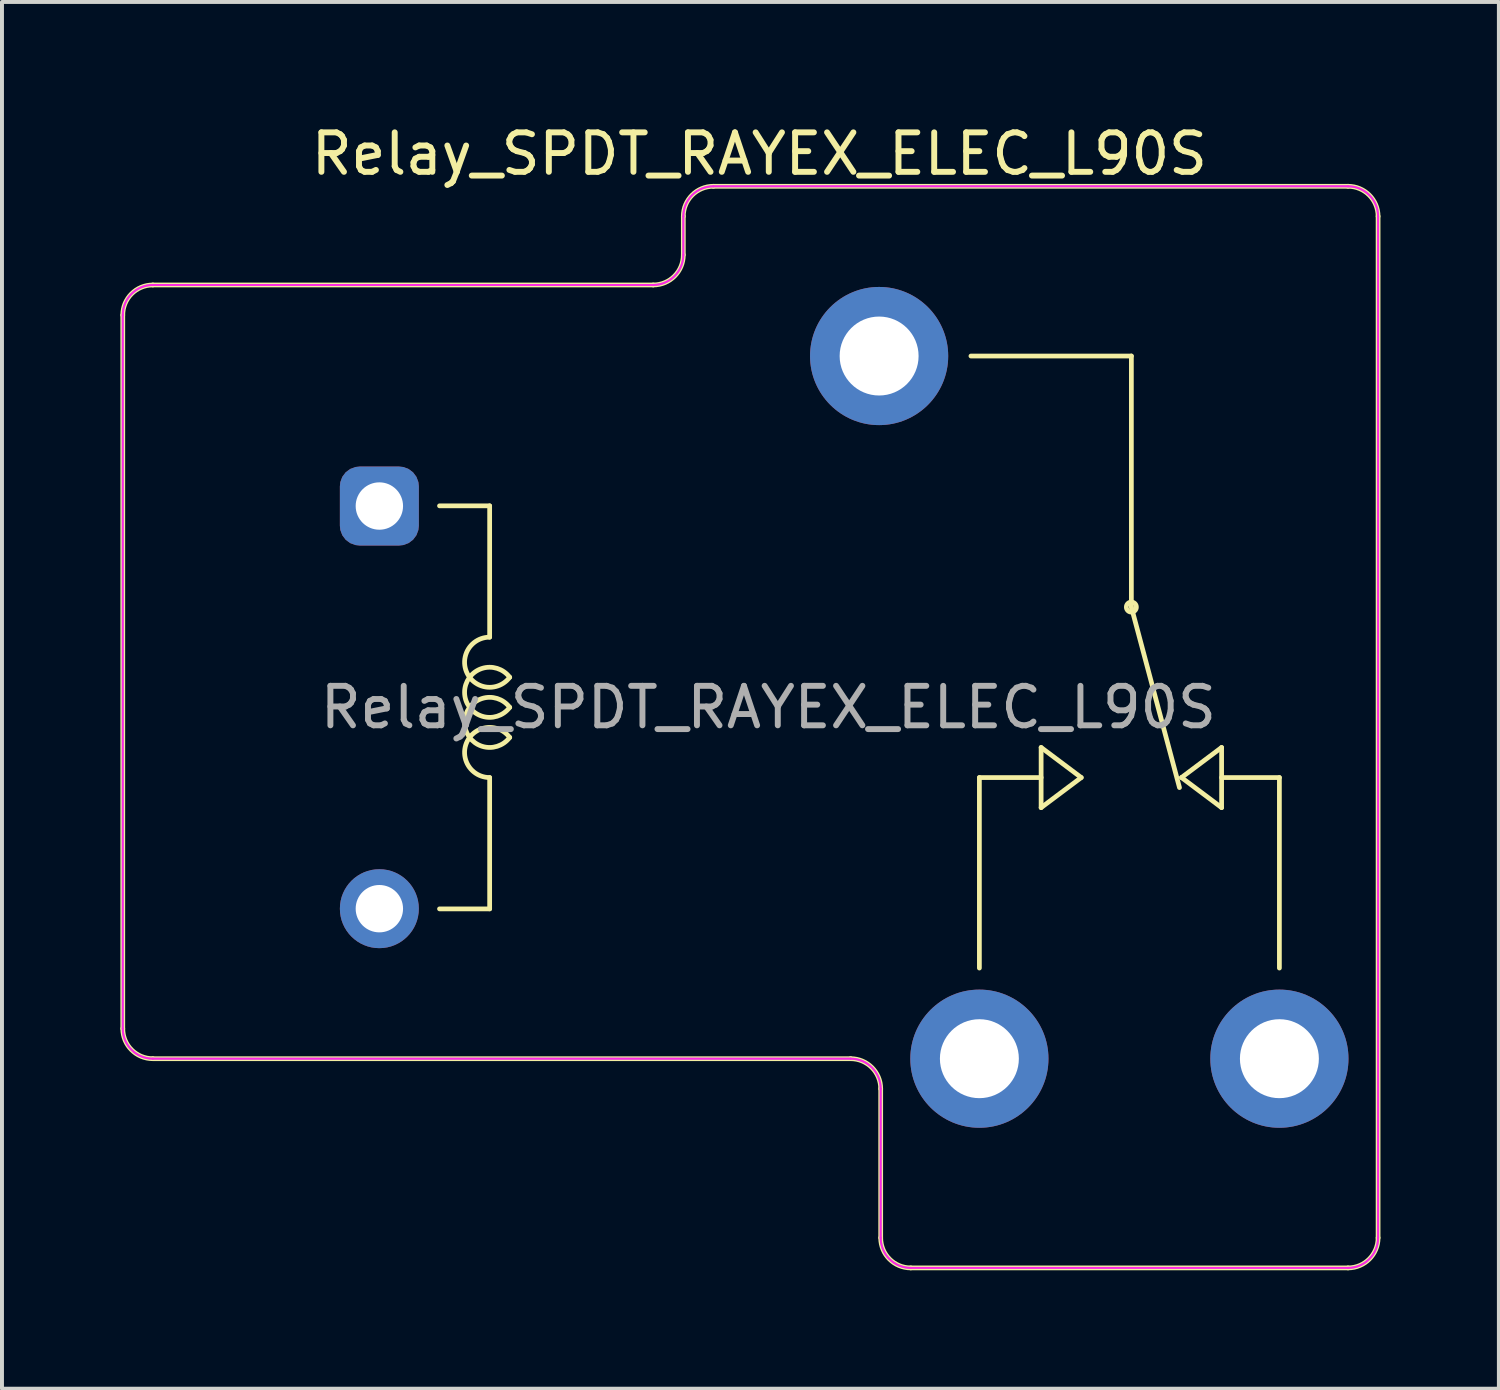
<source format=kicad_pcb>
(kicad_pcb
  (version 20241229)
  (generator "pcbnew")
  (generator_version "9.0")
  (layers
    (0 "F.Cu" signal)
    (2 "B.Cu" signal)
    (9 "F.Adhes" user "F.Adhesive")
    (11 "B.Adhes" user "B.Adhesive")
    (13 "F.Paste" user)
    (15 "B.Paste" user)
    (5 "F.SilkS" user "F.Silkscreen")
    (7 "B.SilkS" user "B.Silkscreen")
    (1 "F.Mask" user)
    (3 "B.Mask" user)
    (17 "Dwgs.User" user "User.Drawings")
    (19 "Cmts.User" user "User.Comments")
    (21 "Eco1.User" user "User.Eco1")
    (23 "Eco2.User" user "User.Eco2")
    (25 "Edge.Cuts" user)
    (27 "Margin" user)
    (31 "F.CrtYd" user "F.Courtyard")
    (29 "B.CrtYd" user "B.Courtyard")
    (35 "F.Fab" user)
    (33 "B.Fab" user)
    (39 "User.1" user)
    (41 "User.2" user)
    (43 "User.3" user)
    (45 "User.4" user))
  (footprint "Relay_SPDT_RAYEX_ELEC_L90S"
    (layer "F.Cu")
    (at 4.02 14.869)
    (property "Reference" "Relay_SPDT_RAYEX_ELEC_L90S" (at 12.167 -14.021 0) (layer "F.SilkS") (effects (font (size 1 1) (thickness 0.15))))
    (attr through_hole)
    (fp_line (start -3.96 -9.938) (end -3.96 8.138) (stroke (width 0.12) (type solid)) (layer "F.SilkS"))
    (fp_line (start -3.198 -10.7) (end 9.478 -10.7) (stroke (width 0.12) (type solid)) (layer "F.SilkS"))
    (fp_line (start -3.198 8.9) (end 14.478 8.9) (stroke (width 0.12) (type solid)) (layer "F.SilkS"))
    (fp_line (start 4.064 -5.105) (end 5.334 -5.105) (stroke (width 0.12) (type solid)) (layer "F.SilkS"))
    (fp_line (start 5.334 -1.778) (end 5.334 -5.105) (stroke (width 0.12) (type solid)) (layer "F.SilkS"))
    (fp_line (start 5.334 5.105) (end 4.064 5.105) (stroke (width 0.12) (type solid)) (layer "F.SilkS"))
    (fp_line (start 5.334 5.105) (end 5.334 1.778) (stroke (width 0.12) (type solid)) (layer "F.SilkS"))
    (fp_line (start 10.24 -12.438) (end 10.24 -11.462) (stroke (width 0.12) (type solid)) (layer "F.SilkS"))
    (fp_line (start 11.002 -13.2) (end 27.078 -13.2) (stroke (width 0.12) (type solid)) (layer "F.SilkS"))
    (fp_line (start 15.24 9.662) (end 15.24 13.438) (stroke (width 0.12) (type solid)) (layer "F.SilkS"))
    (fp_line (start 16.002 14.2) (end 27.078 14.2) (stroke (width 0.12) (type solid)) (layer "F.SilkS"))
    (fp_line (start 17.74 1.778) (end 19.304 1.778) (stroke (width 0.12) (type solid)) (layer "F.SilkS"))
    (fp_line (start 17.74 6.604) (end 17.74 1.778) (stroke (width 0.12) (type solid)) (layer "F.SilkS"))
    (fp_line (start 19.304 1.016) (end 19.304 2.54) (stroke (width 0.12) (type solid)) (layer "F.SilkS"))
    (fp_line (start 19.304 2.54) (end 20.32 1.778) (stroke (width 0.12) (type solid)) (layer "F.SilkS"))
    (fp_line (start 20.32 1.778) (end 19.304 1.016) (stroke (width 0.12) (type solid)) (layer "F.SilkS"))
    (fp_line (start 21.59 -8.9) (end 17.526 -8.9) (stroke (width 0.12) (type solid)) (layer "F.SilkS"))
    (fp_line (start 21.59 -2.54) (end 21.59 -8.9) (stroke (width 0.12) (type solid)) (layer "F.SilkS"))
    (fp_line (start 21.59 -2.54) (end 22.809 2.032) (stroke (width 0.12) (type solid)) (layer "F.SilkS"))
    (fp_line (start 22.86 1.778) (end 23.876 1.016) (stroke (width 0.12) (type solid)) (layer "F.SilkS"))
    (fp_line (start 23.876 1.778) (end 25.34 1.778) (stroke (width 0.12) (type solid)) (layer "F.SilkS"))
    (fp_line (start 23.876 2.54) (end 22.86 1.778) (stroke (width 0.12) (type solid)) (layer "F.SilkS"))
    (fp_line (start 23.876 2.54) (end 23.876 1.016) (stroke (width 0.12) (type solid)) (layer "F.SilkS"))
    (fp_line (start 25.34 1.778) (end 25.34 6.604) (stroke (width 0.12) (type solid)) (layer "F.SilkS"))
    (fp_line (start 27.84 -12.438) (end 27.84 13.438) (stroke (width 0.12) (type solid)) (layer "F.SilkS"))
    (fp_arc (start -3.96 -9.938) (mid -3.736815 -10.476815) (end -3.198 -10.7) (stroke (width 0.12) (type solid)) (layer "F.SilkS"))
    (fp_arc (start -3.198 8.9) (mid -3.736815 8.676815) (end -3.96 8.138) (stroke (width 0.12) (type solid)) (layer "F.SilkS"))
    (fp_arc (start 5.334002 1.777997) (mid 4.765966 0.859166) (end 5.841802 0.76173) (stroke (width 0.12) (type solid)) (layer "F.SilkS"))
    (fp_arc (start 5.8418 -0.761733) (mid 4.765964 -0.859168) (end 5.334 -1.778) (stroke (width 0.12) (type solid)) (layer "F.SilkS"))
    (fp_arc (start 5.842265 -0.000355) (mid 4.699002 -0.38078) (end 5.842 -0.762001) (stroke (width 0.12) (type solid)) (layer "F.SilkS"))
    (fp_arc (start 5.842266 0.761644) (mid 4.699003 0.381219) (end 5.842001 -0.000002) (stroke (width 0.12) (type solid)) (layer "F.SilkS"))
    (fp_arc (start 10.24 -12.438) (mid 10.463185 -12.976815) (end 11.002 -13.2) (stroke (width 0.12) (type solid)) (layer "F.SilkS"))
    (fp_arc (start 10.24 -11.462) (mid 10.016815 -10.923185) (end 9.478 -10.7) (stroke (width 0.12) (type solid)) (layer "F.SilkS"))
    (fp_arc (start 14.478 8.9) (mid 15.016815 9.123185) (end 15.24 9.662) (stroke (width 0.12) (type solid)) (layer "F.SilkS"))
    (fp_arc (start 16.002 14.2) (mid 15.463185 13.976815) (end 15.24 13.438) (stroke (width 0.12) (type solid)) (layer "F.SilkS"))
    (fp_arc (start 27.078 -13.2) (mid 27.616815 -12.976815) (end 27.84 -12.438) (stroke (width 0.12) (type solid)) (layer "F.SilkS"))
    (fp_arc (start 27.84 13.438) (mid 27.616815 13.976815) (end 27.078 14.2) (stroke (width 0.12) (type solid)) (layer "F.SilkS"))
    (fp_circle (center 21.59 -2.54) (end 21.59 -2.413) (stroke (width 0.12) (type solid)) (fill no) (layer "F.SilkS"))
    (fp_line (start -3.96 -9.938) (end -3.96 8.138) (stroke (width 0.05) (type solid)) (layer "F.CrtYd"))
    (fp_line (start -3.198 -10.7) (end 9.478 -10.7) (stroke (width 0.05) (type solid)) (layer "F.CrtYd"))
    (fp_line (start -3.198 8.9) (end 14.478 8.9) (stroke (width 0.05) (type solid)) (layer "F.CrtYd"))
    (fp_line (start 10.24 -12.438) (end 10.24 -11.462) (stroke (width 0.05) (type solid)) (layer "F.CrtYd"))
    (fp_line (start 11.002 -13.2) (end 27.078 -13.2) (stroke (width 0.05) (type solid)) (layer "F.CrtYd"))
    (fp_line (start 15.24 9.662) (end 15.24 13.438) (stroke (width 0.05) (type solid)) (layer "F.CrtYd"))
    (fp_line (start 16.002 14.2) (end 27.078 14.2) (stroke (width 0.05) (type solid)) (layer "F.CrtYd"))
    (fp_line (start 27.84 -12.438) (end 27.84 13.438) (stroke (width 0.05) (type solid)) (layer "F.CrtYd"))
    (fp_arc (start -3.96 -9.938) (mid -3.736815 -10.476815) (end -3.198 -10.7) (stroke (width 0.05) (type solid)) (layer "F.CrtYd"))
    (fp_arc (start -3.198 8.9) (mid -3.736815 8.676815) (end -3.96 8.138) (stroke (width 0.05) (type solid)) (layer "F.CrtYd"))
    (fp_arc (start 10.24 -12.438) (mid 10.463185 -12.976815) (end 11.002 -13.2) (stroke (width 0.05) (type solid)) (layer "F.CrtYd"))
    (fp_arc (start 10.24 -11.462) (mid 10.016815 -10.923185) (end 9.478 -10.7) (stroke (width 0.05) (type solid)) (layer "F.CrtYd"))
    (fp_arc (start 14.478 8.9) (mid 15.016815 9.123185) (end 15.24 9.662) (stroke (width 0.05) (type solid)) (layer "F.CrtYd"))
    (fp_arc (start 16.002 14.2) (mid 15.463185 13.976815) (end 15.24 13.438) (stroke (width 0.05) (type solid)) (layer "F.CrtYd"))
    (fp_arc (start 27.078 -13.2) (mid 27.616815 -12.976815) (end 27.84 -12.438) (stroke (width 0.05) (type solid)) (layer "F.CrtYd"))
    (fp_arc (start 27.84 13.438) (mid 27.616815 13.976815) (end 27.078 14.2) (stroke (width 0.05) (type solid)) (layer "F.CrtYd"))
    (fp_line (start -3.96 -9.938) (end -3.96 8.138) (stroke (width 0.05) (type solid)) (layer "F.Fab"))
    (fp_line (start -3.198 -10.7) (end 9.478 -10.7) (stroke (width 0.05) (type solid)) (layer "F.Fab"))
    (fp_line (start -3.198 8.9) (end 14.478 8.9) (stroke (width 0.05) (type solid)) (layer "F.Fab"))
    (fp_line (start 10.24 -12.438) (end 10.24 -11.462) (stroke (width 0.05) (type solid)) (layer "F.Fab"))
    (fp_line (start 11.002 -13.2) (end 27.078 -13.2) (stroke (width 0.05) (type solid)) (layer "F.Fab"))
    (fp_line (start 15.24 9.662) (end 15.24 13.438) (stroke (width 0.05) (type solid)) (layer "F.Fab"))
    (fp_line (start 16.002 14.2) (end 27.078 14.2) (stroke (width 0.05) (type solid)) (layer "F.Fab"))
    (fp_line (start 27.84 -12.438) (end 27.84 13.438) (stroke (width 0.05) (type solid)) (layer "F.Fab"))
    (fp_arc (start -3.96 -9.938) (mid -3.736815 -10.476815) (end -3.198 -10.7) (stroke (width 0.05) (type solid)) (layer "F.Fab"))
    (fp_arc (start -3.198 8.9) (mid -3.736815 8.676815) (end -3.96 8.138) (stroke (width 0.05) (type solid)) (layer "F.Fab"))
    (fp_arc (start 10.24 -12.438) (mid 10.463185 -12.976815) (end 11.002 -13.2) (stroke (width 0.05) (type solid)) (layer "F.Fab"))
    (fp_arc (start 10.24 -11.462) (mid 10.016815 -10.923185) (end 9.478 -10.7) (stroke (width 0.05) (type solid)) (layer "F.Fab"))
    (fp_arc (start 14.478 8.9) (mid 15.016815 9.123185) (end 15.24 9.662) (stroke (width 0.05) (type solid)) (layer "F.Fab"))
    (fp_arc (start 16.002 14.2) (mid 15.463185 13.976815) (end 15.24 13.438) (stroke (width 0.05) (type solid)) (layer "F.Fab"))
    (fp_arc (start 27.078 -13.2) (mid 27.616815 -12.976815) (end 27.84 -12.438) (stroke (width 0.05) (type solid)) (layer "F.Fab"))
    (fp_arc (start 27.84 13.438) (mid 27.616815 13.976815) (end 27.078 14.2) (stroke (width 0.05) (type solid)) (layer "F.Fab"))
    (fp_text user "${REFERENCE}" (at 12.395 0 0) (layer "F.Fab") (effects (font (size 1 1) (thickness 0.15))))
    (pad "2" thru_hole roundrect (at 2.54 -5.1 180) (size 2 2) (drill 1.2) (layers "*.Cu" "*.Mask") (roundrect_rratio 0.25))
    (pad "3" thru_hole circle (at 17.74 8.9 180) (size 3.5 3.5) (drill 2) (layers "*.Cu" "*.Mask"))
    (pad "4" thru_hole circle (at 25.34 8.9 180) (size 3.5 3.5) (drill 2) (layers "*.Cu" "*.Mask"))
    (pad "5" thru_hole circle (at 15.2 -8.9 180) (size 3.5 3.5) (drill 2) (layers "*.Cu" "*.Mask"))
    (pad "6" thru_hole circle (at 2.54 5.1 180) (size 2 2) (drill 1.2) (layers "*.Cu" "*.Mask")))
  (gr_rect
    (start -3 -3)
    (end 34.92 32.129)
    (stroke (width 0.1) (type default))
    (fill no)
    (layer "Edge.Cuts")))
</source>
